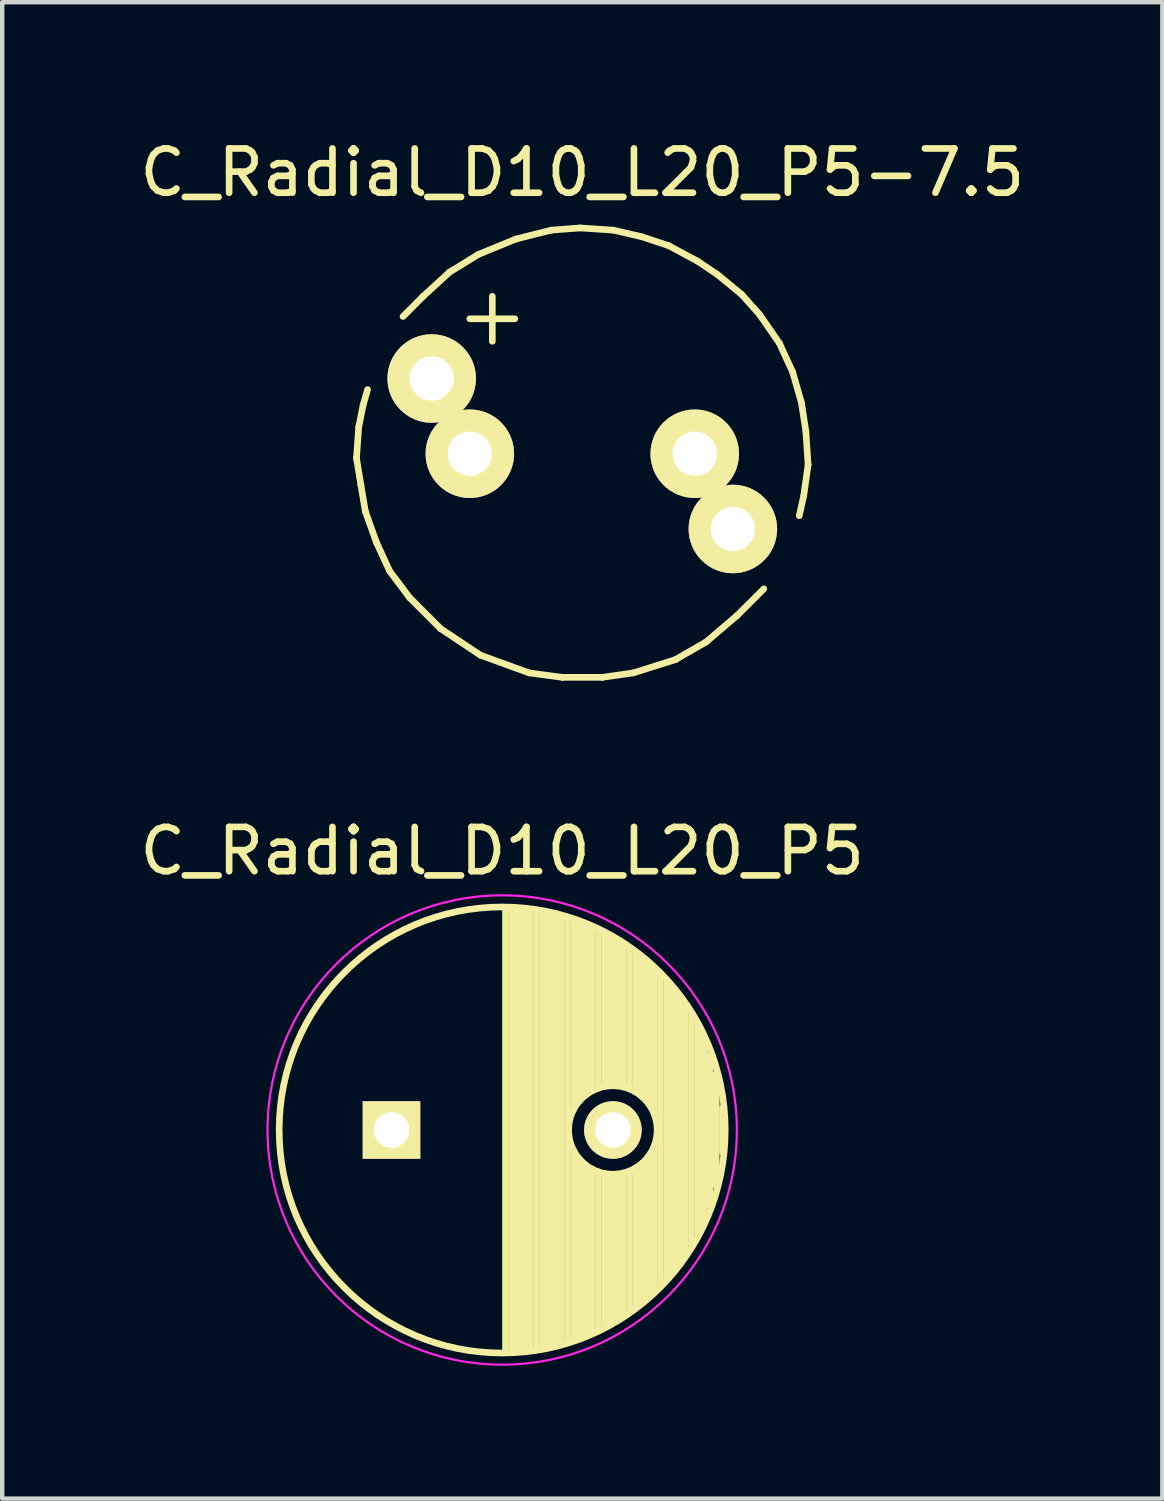
<source format=kicad_pcb>
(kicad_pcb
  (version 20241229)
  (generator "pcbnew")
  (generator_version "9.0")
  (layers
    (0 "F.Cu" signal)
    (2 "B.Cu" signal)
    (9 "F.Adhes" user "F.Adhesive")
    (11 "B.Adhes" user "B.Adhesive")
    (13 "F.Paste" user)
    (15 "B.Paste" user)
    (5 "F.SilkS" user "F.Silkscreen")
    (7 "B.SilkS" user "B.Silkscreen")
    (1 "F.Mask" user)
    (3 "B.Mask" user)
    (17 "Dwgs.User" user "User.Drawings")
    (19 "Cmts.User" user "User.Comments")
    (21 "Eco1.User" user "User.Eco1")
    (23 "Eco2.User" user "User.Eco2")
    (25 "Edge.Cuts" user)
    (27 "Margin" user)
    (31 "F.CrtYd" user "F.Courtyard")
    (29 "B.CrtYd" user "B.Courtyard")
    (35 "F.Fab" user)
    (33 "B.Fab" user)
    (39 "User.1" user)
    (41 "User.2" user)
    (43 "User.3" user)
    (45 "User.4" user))
  (footprint "C_Radial_D10_L20_P5"
    (layer "F.Cu")
    (at 5.792 22.471)
    (property "Reference" "C_Radial_D10_L20_P5" (at 2.5 -6.3 0) (layer "F.SilkS") (effects (font (size 1 1) (thickness 0.15))))
    (attr through_hole)
    (fp_line (start 2.575 -4.999) (end 2.575 4.999) (stroke (width 0.15) (type solid)) (layer "F.SilkS"))
    (fp_line (start 2.715 -4.995) (end 2.715 4.995) (stroke (width 0.15) (type solid)) (layer "F.SilkS"))
    (fp_line (start 2.855 -4.987) (end 2.855 4.987) (stroke (width 0.15) (type solid)) (layer "F.SilkS"))
    (fp_line (start 2.995 -4.975) (end 2.995 4.975) (stroke (width 0.15) (type solid)) (layer "F.SilkS"))
    (fp_line (start 3.135 -4.96) (end 3.135 4.96) (stroke (width 0.15) (type solid)) (layer "F.SilkS"))
    (fp_line (start 3.275 -4.94) (end 3.275 4.94) (stroke (width 0.15) (type solid)) (layer "F.SilkS"))
    (fp_line (start 3.415 -4.916) (end 3.415 4.916) (stroke (width 0.15) (type solid)) (layer "F.SilkS"))
    (fp_line (start 3.555 -4.887) (end 3.555 4.887) (stroke (width 0.15) (type solid)) (layer "F.SilkS"))
    (fp_line (start 3.695 -4.855) (end 3.695 4.855) (stroke (width 0.15) (type solid)) (layer "F.SilkS"))
    (fp_line (start 3.835 -4.818) (end 3.835 4.818) (stroke (width 0.15) (type solid)) (layer "F.SilkS"))
    (fp_line (start 3.975 -4.777) (end 3.975 4.777) (stroke (width 0.15) (type solid)) (layer "F.SilkS"))
    (fp_line (start 4.115 -4.732) (end 4.115 -0.466) (stroke (width 0.15) (type solid)) (layer "F.SilkS"))
    (fp_line (start 4.115 0.466) (end 4.115 4.732) (stroke (width 0.15) (type solid)) (layer "F.SilkS"))
    (fp_line (start 4.255 -4.682) (end 4.255 -0.667) (stroke (width 0.15) (type solid)) (layer "F.SilkS"))
    (fp_line (start 4.255 0.667) (end 4.255 4.682) (stroke (width 0.15) (type solid)) (layer "F.SilkS"))
    (fp_line (start 4.395 -4.627) (end 4.395 -0.796) (stroke (width 0.15) (type solid)) (layer "F.SilkS"))
    (fp_line (start 4.395 0.796) (end 4.395 4.627) (stroke (width 0.15) (type solid)) (layer "F.SilkS"))
    (fp_line (start 4.535 -4.567) (end 4.535 -0.885) (stroke (width 0.15) (type solid)) (layer "F.SilkS"))
    (fp_line (start 4.535 0.885) (end 4.535 4.567) (stroke (width 0.15) (type solid)) (layer "F.SilkS"))
    (fp_line (start 4.675 -4.502) (end 4.675 -0.946) (stroke (width 0.15) (type solid)) (layer "F.SilkS"))
    (fp_line (start 4.675 0.946) (end 4.675 4.502) (stroke (width 0.15) (type solid)) (layer "F.SilkS"))
    (fp_line (start 4.815 -4.432) (end 4.815 -0.983) (stroke (width 0.15) (type solid)) (layer "F.SilkS"))
    (fp_line (start 4.815 0.983) (end 4.815 4.432) (stroke (width 0.15) (type solid)) (layer "F.SilkS"))
    (fp_line (start 4.955 -4.356) (end 4.955 -0.999) (stroke (width 0.15) (type solid)) (layer "F.SilkS"))
    (fp_line (start 4.955 0.999) (end 4.955 4.356) (stroke (width 0.15) (type solid)) (layer "F.SilkS"))
    (fp_line (start 5.095 -4.274) (end 5.095 -0.995) (stroke (width 0.15) (type solid)) (layer "F.SilkS"))
    (fp_line (start 5.095 0.995) (end 5.095 4.274) (stroke (width 0.15) (type solid)) (layer "F.SilkS"))
    (fp_line (start 5.235 -4.186) (end 5.235 -0.972) (stroke (width 0.15) (type solid)) (layer "F.SilkS"))
    (fp_line (start 5.235 0.972) (end 5.235 4.186) (stroke (width 0.15) (type solid)) (layer "F.SilkS"))
    (fp_line (start 5.375 -4.091) (end 5.375 -0.927) (stroke (width 0.15) (type solid)) (layer "F.SilkS"))
    (fp_line (start 5.375 0.927) (end 5.375 4.091) (stroke (width 0.15) (type solid)) (layer "F.SilkS"))
    (fp_line (start 5.515 -3.989) (end 5.515 -0.857) (stroke (width 0.15) (type solid)) (layer "F.SilkS"))
    (fp_line (start 5.515 0.857) (end 5.515 3.989) (stroke (width 0.15) (type solid)) (layer "F.SilkS"))
    (fp_line (start 5.655 -3.879) (end 5.655 -0.756) (stroke (width 0.15) (type solid)) (layer "F.SilkS"))
    (fp_line (start 5.655 0.756) (end 5.655 3.879) (stroke (width 0.15) (type solid)) (layer "F.SilkS"))
    (fp_line (start 5.795 -3.761) (end 5.795 -0.607) (stroke (width 0.15) (type solid)) (layer "F.SilkS"))
    (fp_line (start 5.795 0.607) (end 5.795 3.761) (stroke (width 0.15) (type solid)) (layer "F.SilkS"))
    (fp_line (start 5.935 -3.633) (end 5.935 -0.355) (stroke (width 0.15) (type solid)) (layer "F.SilkS"))
    (fp_line (start 5.935 0.355) (end 5.935 3.633) (stroke (width 0.15) (type solid)) (layer "F.SilkS"))
    (fp_line (start 6.075 -3.496) (end 6.075 3.496) (stroke (width 0.15) (type solid)) (layer "F.SilkS"))
    (fp_line (start 6.215 -3.346) (end 6.215 3.346) (stroke (width 0.15) (type solid)) (layer "F.SilkS"))
    (fp_line (start 6.355 -3.184) (end 6.355 3.184) (stroke (width 0.15) (type solid)) (layer "F.SilkS"))
    (fp_line (start 6.495 -3.007) (end 6.495 3.007) (stroke (width 0.15) (type solid)) (layer "F.SilkS"))
    (fp_line (start 6.635 -2.811) (end 6.635 2.811) (stroke (width 0.15) (type solid)) (layer "F.SilkS"))
    (fp_line (start 6.775 -2.593) (end 6.775 2.593) (stroke (width 0.15) (type solid)) (layer "F.SilkS"))
    (fp_line (start 6.915 -2.347) (end 6.915 2.347) (stroke (width 0.15) (type solid)) (layer "F.SilkS"))
    (fp_line (start 7.055 -2.062) (end 7.055 2.062) (stroke (width 0.15) (type solid)) (layer "F.SilkS"))
    (fp_line (start 7.195 -1.72) (end 7.195 1.72) (stroke (width 0.15) (type solid)) (layer "F.SilkS"))
    (fp_line (start 7.335 -1.274) (end 7.335 1.274) (stroke (width 0.15) (type solid)) (layer "F.SilkS"))
    (fp_line (start 7.475 -0.499) (end 7.475 0.499) (stroke (width 0.15) (type solid)) (layer "F.SilkS"))
    (fp_circle (center 2.5 0) (end 2.5 -5.037) (stroke (width 0.15) (type solid)) (fill no) (layer "F.SilkS"))
    (fp_circle (center 5 0) (end 5 -1) (stroke (width 0.15) (type solid)) (fill no) (layer "F.SilkS"))
    (fp_circle (center 2.5 0) (end 2.5 -5.3) (stroke (width 0.05) (type solid)) (fill no) (layer "F.CrtYd"))
    (pad "1" thru_hole rect (at 0 0) (size 1.3 1.3) (drill 0.8) (layers "*.Cu" "*.Mask" "F.SilkS"))
    (pad "2" thru_hole circle (at 5 0) (size 1.3 1.3) (drill 0.8) (layers "*.Cu" "*.Mask" "F.SilkS")))
  (footprint "C_Radial_D10_L20_P5-7.5"
    (layer "F.Cu")
    (at 10.101 7.198)
    (property "Reference" "C_Radial_D10_L20_P5-7.5" (at 0 -6.35 0) (layer "F.SilkS") (effects (font (size 1 1) (thickness 0.15))))
    (attr through_hole)
    (fp_line (start -5.1 0.099) (end -5.001 0.701) (stroke (width 0.15) (type solid)) (layer "F.SilkS"))
    (fp_line (start -5.05 -0.599) (end -5.1 0.099) (stroke (width 0.15) (type solid)) (layer "F.SilkS"))
    (fp_line (start -5.001 0.701) (end -4.9 1.3) (stroke (width 0.15) (type solid)) (layer "F.SilkS"))
    (fp_line (start -4.95 -1.1) (end -5.05 -0.599) (stroke (width 0.15) (type solid)) (layer "F.SilkS"))
    (fp_line (start -4.9 1.3) (end -4.651 1.999) (stroke (width 0.15) (type solid)) (layer "F.SilkS"))
    (fp_line (start -4.849 -1.45) (end -4.95 -1.1) (stroke (width 0.15) (type solid)) (layer "F.SilkS"))
    (fp_line (start -4.651 1.999) (end -4.351 2.649) (stroke (width 0.15) (type solid)) (layer "F.SilkS"))
    (fp_line (start -4.351 2.649) (end -3.899 3.251) (stroke (width 0.15) (type solid)) (layer "F.SilkS"))
    (fp_line (start -3.899 3.251) (end -3.2 3.95) (stroke (width 0.15) (type solid)) (layer "F.SilkS"))
    (fp_line (start -3.599 -3.551) (end -4.049 -3.099) (stroke (width 0.15) (type solid)) (layer "F.SilkS"))
    (fp_line (start -3.2 3.95) (end -2.301 4.549) (stroke (width 0.15) (type solid)) (layer "F.SilkS"))
    (fp_line (start -3 -4.1) (end -3.599 -3.551) (stroke (width 0.15) (type solid)) (layer "F.SilkS"))
    (fp_line (start -2.54 -3.048) (end -1.524 -3.048) (stroke (width 0.15) (type solid)) (layer "F.SilkS"))
    (fp_line (start -2.349 -4.501) (end -3 -4.1) (stroke (width 0.15) (type solid)) (layer "F.SilkS"))
    (fp_line (start -2.301 4.549) (end -1.199 4.95) (stroke (width 0.15) (type solid)) (layer "F.SilkS"))
    (fp_line (start -2.032 -3.556) (end -2.032 -2.54) (stroke (width 0.15) (type solid)) (layer "F.SilkS"))
    (fp_line (start -1.501 -4.849) (end -2.349 -4.501) (stroke (width 0.15) (type solid)) (layer "F.SilkS"))
    (fp_line (start -1.199 4.95) (end -0.45 5.05) (stroke (width 0.15) (type solid)) (layer "F.SilkS"))
    (fp_line (start -0.701 -5.05) (end -1.501 -4.849) (stroke (width 0.15) (type solid)) (layer "F.SilkS"))
    (fp_line (start -0.45 5.05) (end 0.45 5.05) (stroke (width 0.15) (type solid)) (layer "F.SilkS"))
    (fp_line (start -0.051 -5.1) (end -0.701 -5.05) (stroke (width 0.15) (type solid)) (layer "F.SilkS"))
    (fp_line (start 0.45 5.05) (end 1.151 4.95) (stroke (width 0.15) (type solid)) (layer "F.SilkS"))
    (fp_line (start 0.701 -5.05) (end -0.051 -5.1) (stroke (width 0.15) (type solid)) (layer "F.SilkS"))
    (fp_line (start 1.151 4.95) (end 2.101 4.651) (stroke (width 0.15) (type solid)) (layer "F.SilkS"))
    (fp_line (start 1.349 -4.9) (end 0.701 -5.05) (stroke (width 0.15) (type solid)) (layer "F.SilkS"))
    (fp_line (start 1.951 -4.699) (end 1.349 -4.9) (stroke (width 0.15) (type solid)) (layer "F.SilkS"))
    (fp_line (start 2.101 4.651) (end 2.799 4.249) (stroke (width 0.15) (type solid)) (layer "F.SilkS"))
    (fp_line (start 2.601 -4.351) (end 1.951 -4.699) (stroke (width 0.15) (type solid)) (layer "F.SilkS"))
    (fp_line (start 2.799 4.249) (end 3.5 3.65) (stroke (width 0.15) (type solid)) (layer "F.SilkS"))
    (fp_line (start 3.051 -4.049) (end 2.601 -4.351) (stroke (width 0.15) (type solid)) (layer "F.SilkS"))
    (fp_line (start 3.5 3.65) (end 4.1 3.051) (stroke (width 0.15) (type solid)) (layer "F.SilkS"))
    (fp_line (start 3.599 -3.599) (end 3.051 -4.049) (stroke (width 0.15) (type solid)) (layer "F.SilkS"))
    (fp_line (start 4 -3.15) (end 3.599 -3.599) (stroke (width 0.15) (type solid)) (layer "F.SilkS"))
    (fp_line (start 4.45 -2.499) (end 4 -3.15) (stroke (width 0.15) (type solid)) (layer "F.SilkS"))
    (fp_line (start 4.75 -1.849) (end 4.45 -2.499) (stroke (width 0.15) (type solid)) (layer "F.SilkS"))
    (fp_line (start 4.9 1.4) (end 5.001 0.95) (stroke (width 0.15) (type solid)) (layer "F.SilkS"))
    (fp_line (start 4.95 -1.151) (end 4.75 -1.849) (stroke (width 0.15) (type solid)) (layer "F.SilkS"))
    (fp_line (start 5.001 0.95) (end 5.1 0.249) (stroke (width 0.15) (type solid)) (layer "F.SilkS"))
    (fp_line (start 5.05 -0.5) (end 4.95 -1.151) (stroke (width 0.15) (type solid)) (layer "F.SilkS"))
    (fp_line (start 5.1 0.249) (end 5.05 -0.5) (stroke (width 0.15) (type solid)) (layer "F.SilkS"))
    (pad "1" thru_hole circle (at -3.401 -1.699) (size 1.999 1.999) (drill 1.001) (layers "*.Cu" "*.Mask" "F.SilkS"))
    (pad "1" thru_hole circle (at -2.54 0) (size 1.999 1.999) (drill 1.001) (layers "*.Cu" "*.Mask" "F.SilkS"))
    (pad "2" thru_hole circle (at 2.54 0) (size 1.999 1.999) (drill 1.001) (layers "*.Cu" "*.Mask" "F.SilkS"))
    (pad "2" thru_hole circle (at 3.401 1.699) (size 1.999 1.999) (drill 1.001) (layers "*.Cu" "*.Mask" "F.SilkS")))
  (gr_rect
    (start -3 -3)
    (end 23.202 30.796)
    (stroke (width 0.1) (type default))
    (fill no)
    (layer "Edge.Cuts")))
</source>
